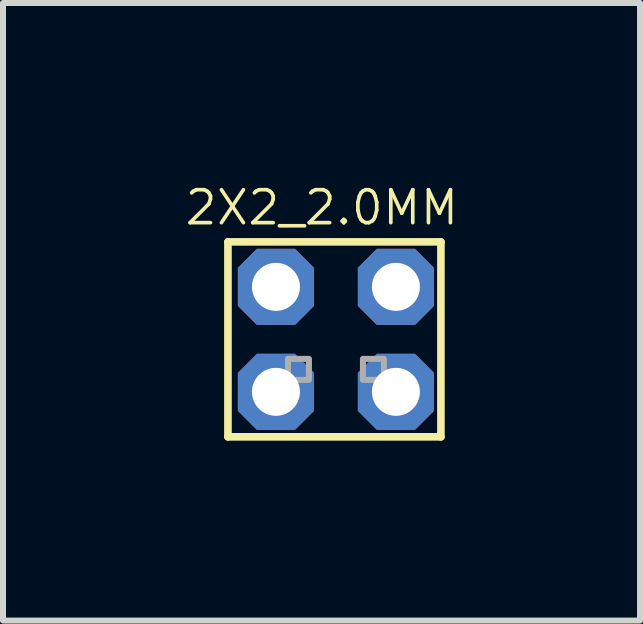
<source format=kicad_pcb>
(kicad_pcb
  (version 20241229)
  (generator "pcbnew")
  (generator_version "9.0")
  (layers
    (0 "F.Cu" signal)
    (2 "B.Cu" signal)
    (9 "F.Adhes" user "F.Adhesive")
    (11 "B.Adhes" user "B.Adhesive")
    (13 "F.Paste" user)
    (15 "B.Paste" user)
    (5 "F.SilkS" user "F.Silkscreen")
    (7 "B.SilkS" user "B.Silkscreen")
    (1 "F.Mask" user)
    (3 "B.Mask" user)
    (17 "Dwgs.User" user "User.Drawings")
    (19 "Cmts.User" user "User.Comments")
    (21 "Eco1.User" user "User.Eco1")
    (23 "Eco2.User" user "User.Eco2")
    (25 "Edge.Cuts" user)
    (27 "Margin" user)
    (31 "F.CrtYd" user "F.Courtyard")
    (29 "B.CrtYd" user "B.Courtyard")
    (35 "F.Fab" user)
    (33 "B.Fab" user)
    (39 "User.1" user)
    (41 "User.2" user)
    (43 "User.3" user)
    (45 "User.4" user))
  (footprint "2X2_2.0MM"
    (layer "F.Cu")
    (at 2.55 2.482)
    (property "Reference" "2X2_2.0MM" (at -2.55 -1.75 0) (layer "F.SilkS") (effects (font (size 0.549 0.549) (thickness 0.061)) (justify left bottom)))
    (fp_line (start -1.8 -1.5) (end 1.75 -1.5) (stroke (width 0.127) (type solid)) (layer "F.SilkS"))
    (fp_line (start -1.8 1.75) (end -1.8 -1.5) (stroke (width 0.127) (type solid)) (layer "F.SilkS"))
    (fp_line (start 1.75 -1.5) (end 1.75 1.75) (stroke (width 0.127) (type solid)) (layer "F.SilkS"))
    (fp_line (start 1.75 1.75) (end -1.8 1.75) (stroke (width 0.127) (type solid)) (layer "F.SilkS"))
    (fp_poly (pts (xy -0.8 0.8) (xy -0.45 0.8) (xy -0.45 0.45) (xy -0.8 0.45)) (stroke (width 0.1) (type solid)) (fill no) (layer "F.Fab"))
    (fp_poly (pts (xy 0.45 0.8) (xy 0.8 0.8) (xy 0.8 0.45) (xy 0.45 0.45)) (stroke (width 0.1) (type solid)) (fill no) (layer "F.Fab"))
    (pad "P$1" thru_hole roundrect (at -1 -0.75) (size 1.27 1.27) (drill 0.8) (layers "*.Cu" "*.Mask") (roundrect_rratio 0.25) (chamfer_ratio 0.25) (chamfer top_left top_right bottom_left bottom_right))
    (pad "P$2" thru_hole roundrect (at 1 -0.75) (size 1.27 1.27) (drill 0.8) (layers "*.Cu" "*.Mask") (roundrect_rratio 0.25) (chamfer_ratio 0.25) (chamfer top_left top_right bottom_left bottom_right))
    (pad "P$3" thru_hole roundrect (at -1 1) (size 1.27 1.27) (drill 0.8) (layers "*.Cu" "*.Mask") (roundrect_rratio 0.25) (chamfer_ratio 0.25) (chamfer top_left top_right bottom_left bottom_right))
    (pad "P$4" thru_hole roundrect (at 1 1) (size 1.27 1.27) (drill 0.8) (layers "*.Cu" "*.Mask") (roundrect_rratio 0.25) (chamfer_ratio 0.25) (chamfer top_left top_right bottom_left bottom_right)))
  (gr_rect
    (start -3 -3)
    (end 7.619 7.295)
    (stroke (width 0.1) (type default))
    (fill no)
    (layer "Edge.Cuts")))
</source>
